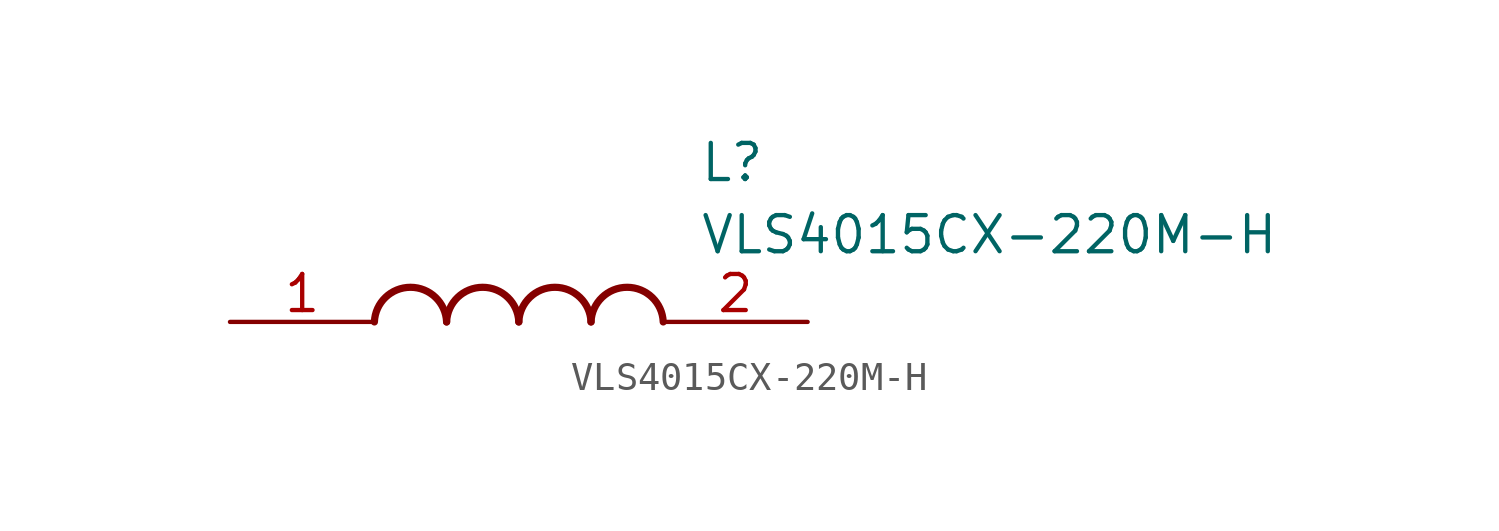
<source format=kicad_sym>
(kicad_symbol_lib
  (version 20211014)
  (generator SamacSys_ECAD_Model)
  (symbol "VLS4015CX-220M-H"
    (pin_names hide)
    (property "Reference" "L"
      (at 16.51 6.35 0)
      (effects (font (size 1.27 1.27)) (justify left top)))
    (property "Value" "VLS4015CX-220M-H"
      (at 16.51 3.81 0)
      (effects (font (size 1.27 1.27)) (justify left top)))
    (arc
      (start 7.62 0)
      (mid 6.35 1.219)
      (end 5.08 0)
      (stroke (width 0.254) (type default))
      (fill (type none)))
    (arc
      (start 10.16 0)
      (mid 8.89 1.219)
      (end 7.62 0)
      (stroke (width 0.254) (type default))
      (fill (type none)))
    (arc
      (start 12.7 0)
      (mid 11.43 1.219)
      (end 10.16 0)
      (stroke (width 0.254) (type default))
      (fill (type none)))
    (arc
      (start 15.24 0)
      (mid 13.97 1.219)
      (end 12.7 0)
      (stroke (width 0.254) (type default))
      (fill (type none)))
    (pin passive line
      (at 0 0 0)
      (length 5.08)
      (name "1" (effects (font (size 1.27 1.27))))
      (number "1" (effects (font (size 1.27 1.27)))))
    (pin passive line
      (at 20.32 0 180)
      (length 5.08)
      (name "2" (effects (font (size 1.27 1.27))))
      (number "2" (effects (font (size 1.27 1.27)))))))
</source>
